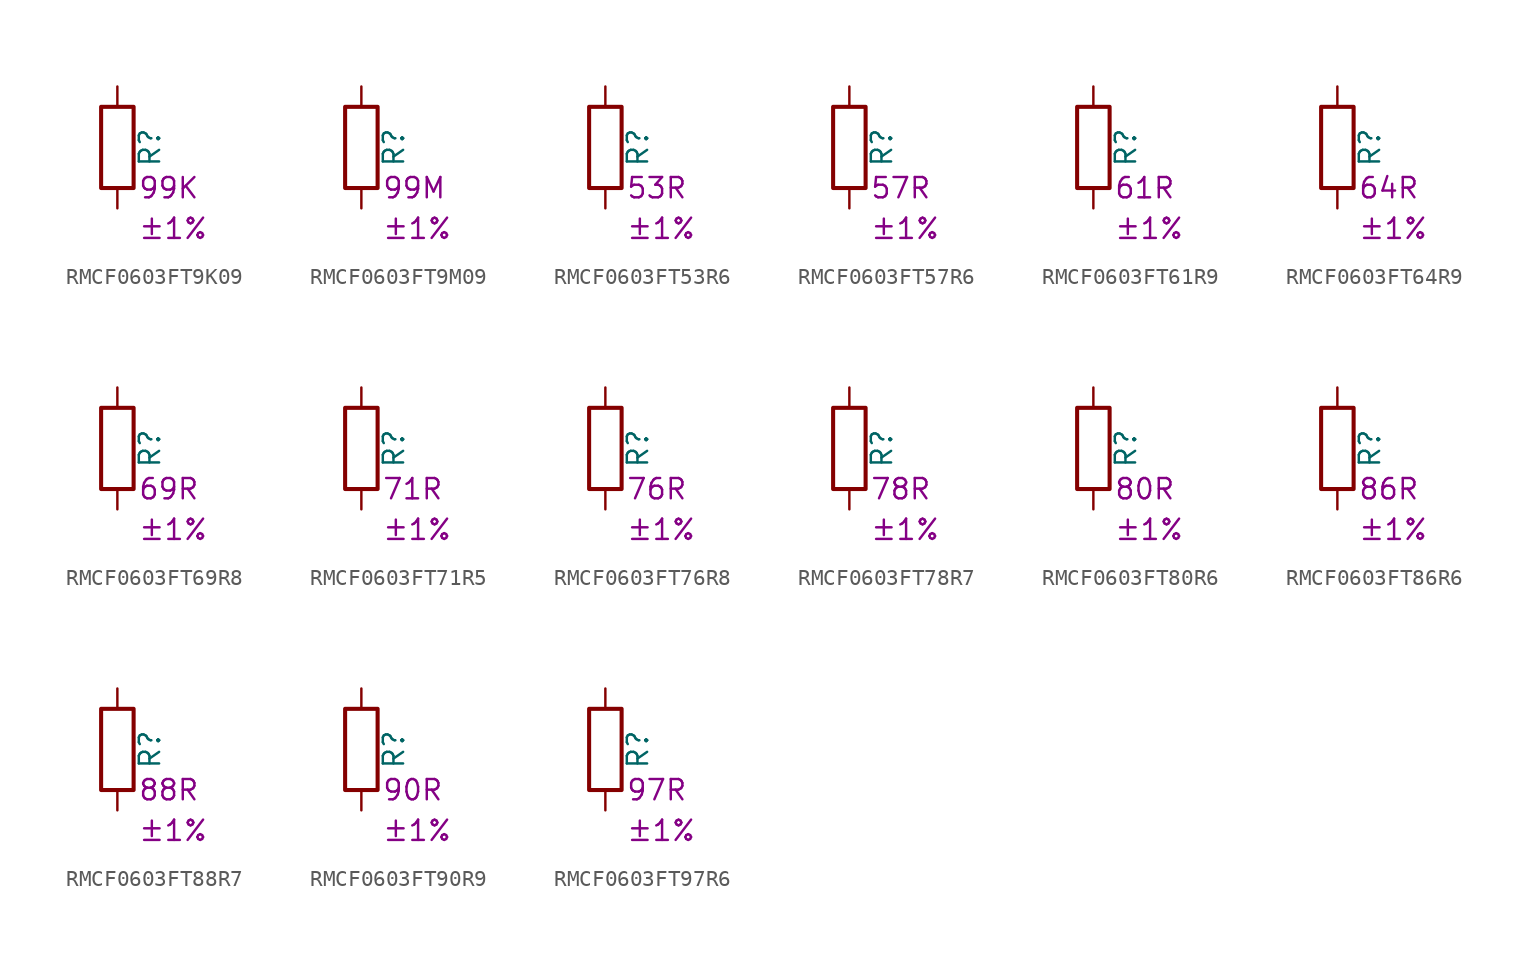
<source format=kicad_sym>
(kicad_symbol_lib
  (version 20220914)
  (generator kicad_symbol_editor)
  (symbol "RMCF0603FT9K09"
    (pin_numbers hide)
    (pin_names
      (offset 0))
    (property "Reference" "R"
      (at 2.032 0 90)
      (effects (font (size 1.27 1.27))))
    (property "Resistance" "99K"
      (at 1.27 -2.54 0)
      (effects (font (size 1.27 1.27)) (justify left)))
    (property "Tolerance" "±1%"
      (at 1.27 -5.08 0)
      (effects (font (size 1.27 1.27)) (justify left)))
    (symbol "RMCF0603FT9K09_0_1"
      (rectangle (start -1.016 -2.54) (end 1.016 2.54) (stroke (width 0.254) (type default)) (fill (type none))))
    (symbol "RMCF0603FT9K09_1_1"
      (pin passive line (at 0 3.81 270) (length 1.27) (name "~" (effects (font (size 1.27 1.27)))) (number "1" (effects (font (size 1.27 1.27)))))
      (pin passive line (at 0 -3.81 90) (length 1.27) (name "~" (effects (font (size 1.27 1.27)))) (number "2" (effects (font (size 1.27 1.27)))))))
  (symbol "RMCF0603FT9M09"
    (pin_numbers hide)
    (pin_names
      (offset 0))
    (property "Reference" "R"
      (at 2.032 0 90)
      (effects (font (size 1.27 1.27))))
    (property "Resistance" "99M"
      (at 1.27 -2.54 0)
      (effects (font (size 1.27 1.27)) (justify left)))
    (property "Tolerance" "±1%"
      (at 1.27 -5.08 0)
      (effects (font (size 1.27 1.27)) (justify left)))
    (symbol "RMCF0603FT9M09_0_1"
      (rectangle (start -1.016 -2.54) (end 1.016 2.54) (stroke (width 0.254) (type default)) (fill (type none))))
    (symbol "RMCF0603FT9M09_1_1"
      (pin passive line (at 0 3.81 270) (length 1.27) (name "~" (effects (font (size 1.27 1.27)))) (number "1" (effects (font (size 1.27 1.27)))))
      (pin passive line (at 0 -3.81 90) (length 1.27) (name "~" (effects (font (size 1.27 1.27)))) (number "2" (effects (font (size 1.27 1.27)))))))
  (symbol "RMCF0603FT53R6"
    (pin_numbers hide)
    (pin_names
      (offset 0))
    (property "Reference" "R"
      (at 2.032 0 90)
      (effects (font (size 1.27 1.27))))
    (property "Resistance" "53R"
      (at 1.27 -2.54 0)
      (effects (font (size 1.27 1.27)) (justify left)))
    (property "Tolerance" "±1%"
      (at 1.27 -5.08 0)
      (effects (font (size 1.27 1.27)) (justify left)))
    (symbol "RMCF0603FT53R6_0_1"
      (rectangle (start -1.016 -2.54) (end 1.016 2.54) (stroke (width 0.254) (type default)) (fill (type none))))
    (symbol "RMCF0603FT53R6_1_1"
      (pin passive line (at 0 3.81 270) (length 1.27) (name "~" (effects (font (size 1.27 1.27)))) (number "1" (effects (font (size 1.27 1.27)))))
      (pin passive line (at 0 -3.81 90) (length 1.27) (name "~" (effects (font (size 1.27 1.27)))) (number "2" (effects (font (size 1.27 1.27)))))))
  (symbol "RMCF0603FT57R6"
    (pin_numbers hide)
    (pin_names
      (offset 0))
    (property "Reference" "R"
      (at 2.032 0 90)
      (effects (font (size 1.27 1.27))))
    (property "Resistance" "57R"
      (at 1.27 -2.54 0)
      (effects (font (size 1.27 1.27)) (justify left)))
    (property "Tolerance" "±1%"
      (at 1.27 -5.08 0)
      (effects (font (size 1.27 1.27)) (justify left)))
    (symbol "RMCF0603FT57R6_0_1"
      (rectangle (start -1.016 -2.54) (end 1.016 2.54) (stroke (width 0.254) (type default)) (fill (type none))))
    (symbol "RMCF0603FT57R6_1_1"
      (pin passive line (at 0 3.81 270) (length 1.27) (name "~" (effects (font (size 1.27 1.27)))) (number "1" (effects (font (size 1.27 1.27)))))
      (pin passive line (at 0 -3.81 90) (length 1.27) (name "~" (effects (font (size 1.27 1.27)))) (number "2" (effects (font (size 1.27 1.27)))))))
  (symbol "RMCF0603FT61R9"
    (pin_numbers hide)
    (pin_names
      (offset 0))
    (property "Reference" "R"
      (at 2.032 0 90)
      (effects (font (size 1.27 1.27))))
    (property "Resistance" "61R"
      (at 1.27 -2.54 0)
      (effects (font (size 1.27 1.27)) (justify left)))
    (property "Tolerance" "±1%"
      (at 1.27 -5.08 0)
      (effects (font (size 1.27 1.27)) (justify left)))
    (symbol "RMCF0603FT61R9_0_1"
      (rectangle (start -1.016 -2.54) (end 1.016 2.54) (stroke (width 0.254) (type default)) (fill (type none))))
    (symbol "RMCF0603FT61R9_1_1"
      (pin passive line (at 0 3.81 270) (length 1.27) (name "~" (effects (font (size 1.27 1.27)))) (number "1" (effects (font (size 1.27 1.27)))))
      (pin passive line (at 0 -3.81 90) (length 1.27) (name "~" (effects (font (size 1.27 1.27)))) (number "2" (effects (font (size 1.27 1.27)))))))
  (symbol "RMCF0603FT64R9"
    (pin_numbers hide)
    (pin_names
      (offset 0))
    (property "Reference" "R"
      (at 2.032 0 90)
      (effects (font (size 1.27 1.27))))
    (property "Resistance" "64R"
      (at 1.27 -2.54 0)
      (effects (font (size 1.27 1.27)) (justify left)))
    (property "Tolerance" "±1%"
      (at 1.27 -5.08 0)
      (effects (font (size 1.27 1.27)) (justify left)))
    (symbol "RMCF0603FT64R9_0_1"
      (rectangle (start -1.016 -2.54) (end 1.016 2.54) (stroke (width 0.254) (type default)) (fill (type none))))
    (symbol "RMCF0603FT64R9_1_1"
      (pin passive line (at 0 3.81 270) (length 1.27) (name "~" (effects (font (size 1.27 1.27)))) (number "1" (effects (font (size 1.27 1.27)))))
      (pin passive line (at 0 -3.81 90) (length 1.27) (name "~" (effects (font (size 1.27 1.27)))) (number "2" (effects (font (size 1.27 1.27)))))))
  (symbol "RMCF0603FT69R8"
    (pin_numbers hide)
    (pin_names
      (offset 0))
    (property "Reference" "R"
      (at 2.032 0 90)
      (effects (font (size 1.27 1.27))))
    (property "Resistance" "69R"
      (at 1.27 -2.54 0)
      (effects (font (size 1.27 1.27)) (justify left)))
    (property "Tolerance" "±1%"
      (at 1.27 -5.08 0)
      (effects (font (size 1.27 1.27)) (justify left)))
    (symbol "RMCF0603FT69R8_0_1"
      (rectangle (start -1.016 -2.54) (end 1.016 2.54) (stroke (width 0.254) (type default)) (fill (type none))))
    (symbol "RMCF0603FT69R8_1_1"
      (pin passive line (at 0 3.81 270) (length 1.27) (name "~" (effects (font (size 1.27 1.27)))) (number "1" (effects (font (size 1.27 1.27)))))
      (pin passive line (at 0 -3.81 90) (length 1.27) (name "~" (effects (font (size 1.27 1.27)))) (number "2" (effects (font (size 1.27 1.27)))))))
  (symbol "RMCF0603FT71R5"
    (pin_numbers hide)
    (pin_names
      (offset 0))
    (property "Reference" "R"
      (at 2.032 0 90)
      (effects (font (size 1.27 1.27))))
    (property "Resistance" "71R"
      (at 1.27 -2.54 0)
      (effects (font (size 1.27 1.27)) (justify left)))
    (property "Tolerance" "±1%"
      (at 1.27 -5.08 0)
      (effects (font (size 1.27 1.27)) (justify left)))
    (symbol "RMCF0603FT71R5_0_1"
      (rectangle (start -1.016 -2.54) (end 1.016 2.54) (stroke (width 0.254) (type default)) (fill (type none))))
    (symbol "RMCF0603FT71R5_1_1"
      (pin passive line (at 0 3.81 270) (length 1.27) (name "~" (effects (font (size 1.27 1.27)))) (number "1" (effects (font (size 1.27 1.27)))))
      (pin passive line (at 0 -3.81 90) (length 1.27) (name "~" (effects (font (size 1.27 1.27)))) (number "2" (effects (font (size 1.27 1.27)))))))
  (symbol "RMCF0603FT76R8"
    (pin_numbers hide)
    (pin_names
      (offset 0))
    (property "Reference" "R"
      (at 2.032 0 90)
      (effects (font (size 1.27 1.27))))
    (property "Resistance" "76R"
      (at 1.27 -2.54 0)
      (effects (font (size 1.27 1.27)) (justify left)))
    (property "Tolerance" "±1%"
      (at 1.27 -5.08 0)
      (effects (font (size 1.27 1.27)) (justify left)))
    (symbol "RMCF0603FT76R8_0_1"
      (rectangle (start -1.016 -2.54) (end 1.016 2.54) (stroke (width 0.254) (type default)) (fill (type none))))
    (symbol "RMCF0603FT76R8_1_1"
      (pin passive line (at 0 3.81 270) (length 1.27) (name "~" (effects (font (size 1.27 1.27)))) (number "1" (effects (font (size 1.27 1.27)))))
      (pin passive line (at 0 -3.81 90) (length 1.27) (name "~" (effects (font (size 1.27 1.27)))) (number "2" (effects (font (size 1.27 1.27)))))))
  (symbol "RMCF0603FT78R7"
    (pin_numbers hide)
    (pin_names
      (offset 0))
    (property "Reference" "R"
      (at 2.032 0 90)
      (effects (font (size 1.27 1.27))))
    (property "Resistance" "78R"
      (at 1.27 -2.54 0)
      (effects (font (size 1.27 1.27)) (justify left)))
    (property "Tolerance" "±1%"
      (at 1.27 -5.08 0)
      (effects (font (size 1.27 1.27)) (justify left)))
    (symbol "RMCF0603FT78R7_0_1"
      (rectangle (start -1.016 -2.54) (end 1.016 2.54) (stroke (width 0.254) (type default)) (fill (type none))))
    (symbol "RMCF0603FT78R7_1_1"
      (pin passive line (at 0 3.81 270) (length 1.27) (name "~" (effects (font (size 1.27 1.27)))) (number "1" (effects (font (size 1.27 1.27)))))
      (pin passive line (at 0 -3.81 90) (length 1.27) (name "~" (effects (font (size 1.27 1.27)))) (number "2" (effects (font (size 1.27 1.27)))))))
  (symbol "RMCF0603FT80R6"
    (pin_numbers hide)
    (pin_names
      (offset 0))
    (property "Reference" "R"
      (at 2.032 0 90)
      (effects (font (size 1.27 1.27))))
    (property "Resistance" "80R"
      (at 1.27 -2.54 0)
      (effects (font (size 1.27 1.27)) (justify left)))
    (property "Tolerance" "±1%"
      (at 1.27 -5.08 0)
      (effects (font (size 1.27 1.27)) (justify left)))
    (symbol "RMCF0603FT80R6_0_1"
      (rectangle (start -1.016 -2.54) (end 1.016 2.54) (stroke (width 0.254) (type default)) (fill (type none))))
    (symbol "RMCF0603FT80R6_1_1"
      (pin passive line (at 0 3.81 270) (length 1.27) (name "~" (effects (font (size 1.27 1.27)))) (number "1" (effects (font (size 1.27 1.27)))))
      (pin passive line (at 0 -3.81 90) (length 1.27) (name "~" (effects (font (size 1.27 1.27)))) (number "2" (effects (font (size 1.27 1.27)))))))
  (symbol "RMCF0603FT86R6"
    (pin_numbers hide)
    (pin_names
      (offset 0))
    (property "Reference" "R"
      (at 2.032 0 90)
      (effects (font (size 1.27 1.27))))
    (property "Resistance" "86R"
      (at 1.27 -2.54 0)
      (effects (font (size 1.27 1.27)) (justify left)))
    (property "Tolerance" "±1%"
      (at 1.27 -5.08 0)
      (effects (font (size 1.27 1.27)) (justify left)))
    (symbol "RMCF0603FT86R6_0_1"
      (rectangle (start -1.016 -2.54) (end 1.016 2.54) (stroke (width 0.254) (type default)) (fill (type none))))
    (symbol "RMCF0603FT86R6_1_1"
      (pin passive line (at 0 3.81 270) (length 1.27) (name "~" (effects (font (size 1.27 1.27)))) (number "1" (effects (font (size 1.27 1.27)))))
      (pin passive line (at 0 -3.81 90) (length 1.27) (name "~" (effects (font (size 1.27 1.27)))) (number "2" (effects (font (size 1.27 1.27)))))))
  (symbol "RMCF0603FT88R7"
    (pin_numbers hide)
    (pin_names
      (offset 0))
    (property "Reference" "R"
      (at 2.032 0 90)
      (effects (font (size 1.27 1.27))))
    (property "Resistance" "88R"
      (at 1.27 -2.54 0)
      (effects (font (size 1.27 1.27)) (justify left)))
    (property "Tolerance" "±1%"
      (at 1.27 -5.08 0)
      (effects (font (size 1.27 1.27)) (justify left)))
    (symbol "RMCF0603FT88R7_0_1"
      (rectangle (start -1.016 -2.54) (end 1.016 2.54) (stroke (width 0.254) (type default)) (fill (type none))))
    (symbol "RMCF0603FT88R7_1_1"
      (pin passive line (at 0 3.81 270) (length 1.27) (name "~" (effects (font (size 1.27 1.27)))) (number "1" (effects (font (size 1.27 1.27)))))
      (pin passive line (at 0 -3.81 90) (length 1.27) (name "~" (effects (font (size 1.27 1.27)))) (number "2" (effects (font (size 1.27 1.27)))))))
  (symbol "RMCF0603FT90R9"
    (pin_numbers hide)
    (pin_names
      (offset 0))
    (property "Reference" "R"
      (at 2.032 0 90)
      (effects (font (size 1.27 1.27))))
    (property "Resistance" "90R"
      (at 1.27 -2.54 0)
      (effects (font (size 1.27 1.27)) (justify left)))
    (property "Tolerance" "±1%"
      (at 1.27 -5.08 0)
      (effects (font (size 1.27 1.27)) (justify left)))
    (symbol "RMCF0603FT90R9_0_1"
      (rectangle (start -1.016 -2.54) (end 1.016 2.54) (stroke (width 0.254) (type default)) (fill (type none))))
    (symbol "RMCF0603FT90R9_1_1"
      (pin passive line (at 0 3.81 270) (length 1.27) (name "~" (effects (font (size 1.27 1.27)))) (number "1" (effects (font (size 1.27 1.27)))))
      (pin passive line (at 0 -3.81 90) (length 1.27) (name "~" (effects (font (size 1.27 1.27)))) (number "2" (effects (font (size 1.27 1.27)))))))
  (symbol "RMCF0603FT97R6"
    (pin_numbers hide)
    (pin_names
      (offset 0))
    (property "Reference" "R"
      (at 2.032 0 90)
      (effects (font (size 1.27 1.27))))
    (property "Resistance" "97R"
      (at 1.27 -2.54 0)
      (effects (font (size 1.27 1.27)) (justify left)))
    (property "Tolerance" "±1%"
      (at 1.27 -5.08 0)
      (effects (font (size 1.27 1.27)) (justify left)))
    (symbol "RMCF0603FT97R6_0_1"
      (rectangle (start -1.016 -2.54) (end 1.016 2.54) (stroke (width 0.254) (type default)) (fill (type none))))
    (symbol "RMCF0603FT97R6_1_1"
      (pin passive line (at 0 3.81 270) (length 1.27) (name "~" (effects (font (size 1.27 1.27)))) (number "1" (effects (font (size 1.27 1.27)))))
      (pin passive line (at 0 -3.81 90) (length 1.27) (name "~" (effects (font (size 1.27 1.27)))) (number "2" (effects (font (size 1.27 1.27))))))))
</source>
